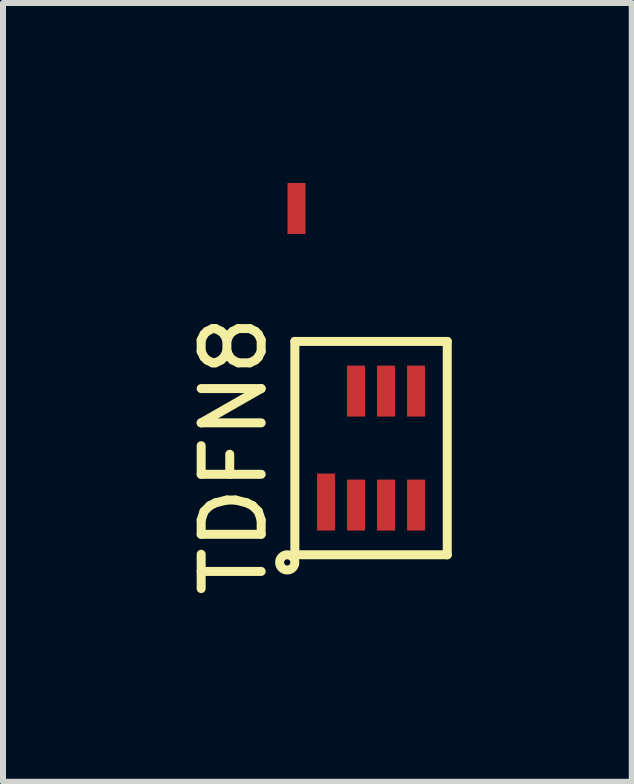
<source format=kicad_pcb>
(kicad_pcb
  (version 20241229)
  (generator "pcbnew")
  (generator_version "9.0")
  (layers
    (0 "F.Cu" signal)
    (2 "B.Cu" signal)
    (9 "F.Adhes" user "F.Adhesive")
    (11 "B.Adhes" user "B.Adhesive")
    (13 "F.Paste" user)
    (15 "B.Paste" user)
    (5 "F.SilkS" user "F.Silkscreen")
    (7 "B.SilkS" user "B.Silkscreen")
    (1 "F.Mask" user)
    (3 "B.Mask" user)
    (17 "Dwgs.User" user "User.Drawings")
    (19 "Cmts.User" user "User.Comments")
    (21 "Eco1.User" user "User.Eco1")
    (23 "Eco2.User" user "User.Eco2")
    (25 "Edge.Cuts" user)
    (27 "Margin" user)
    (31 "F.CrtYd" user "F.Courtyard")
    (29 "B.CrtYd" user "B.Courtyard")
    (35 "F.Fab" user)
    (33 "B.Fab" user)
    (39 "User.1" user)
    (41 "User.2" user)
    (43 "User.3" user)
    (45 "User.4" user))
  (footprint "TDFN8"
    (layer "F.Cu")
    (at 3.134 4.418)
    (property "Reference" "TDFN8" (at -2.286 0.127 90) (layer "F.SilkS") (effects (font (size 1 1) (thickness 0.15))))
    (attr through_hole)
    (fp_line (start -1.27 -1.778) (end 1.27 -1.778) (stroke (width 0.15) (type solid)) (layer "F.SilkS"))
    (fp_line (start -1.27 1.778) (end -1.27 -1.778) (stroke (width 0.15) (type solid)) (layer "F.SilkS"))
    (fp_line (start 1.27 -1.778) (end 1.27 1.778) (stroke (width 0.15) (type solid)) (layer "F.SilkS"))
    (fp_line (start 1.27 1.778) (end -1.27 1.778) (stroke (width 0.15) (type solid)) (layer "F.SilkS"))
    (fp_circle (center -1.397 1.905) (end -1.397 2.032) (stroke (width 0.15) (type solid)) (fill no) (layer "F.SilkS"))
    (pad "1" smd rect (at -0.75 0.9) (size 0.3 0.95) (layers "F.Cu" "F.Mask" "F.Paste"))
    (pad "2" smd rect (at -0.25 0.95) (size 0.3 0.85) (layers "F.Cu" "F.Mask" "F.Paste"))
    (pad "3" smd rect (at 0.25 0.95) (size 0.3 0.85) (layers "F.Cu" "F.Mask" "F.Paste"))
    (pad "4" smd rect (at 0.75 0.95) (size 0.3 0.85) (layers "F.Cu" "F.Mask" "F.Paste"))
    (pad "5" smd rect (at 0.75 -0.95) (size 0.3 0.85) (layers "F.Cu" "F.Mask" "F.Paste"))
    (pad "6" smd rect (at 0.25 -0.95) (size 0.3 0.85) (layers "F.Cu" "F.Mask" "F.Paste"))
    (pad "7" smd rect (at -0.25 -0.95) (size 0.3 0.85) (layers "F.Cu" "F.Mask" "F.Paste"))
    (pad "8" smd rect (at -1.242 -3.993) (size 0.3 0.85) (layers "F.Cu" "F.Mask" "F.Paste")))
  (gr_rect
    (start -3 -3)
    (end 7.479 9.98)
    (stroke (width 0.1) (type default))
    (fill no)
    (layer "Edge.Cuts")))
</source>
